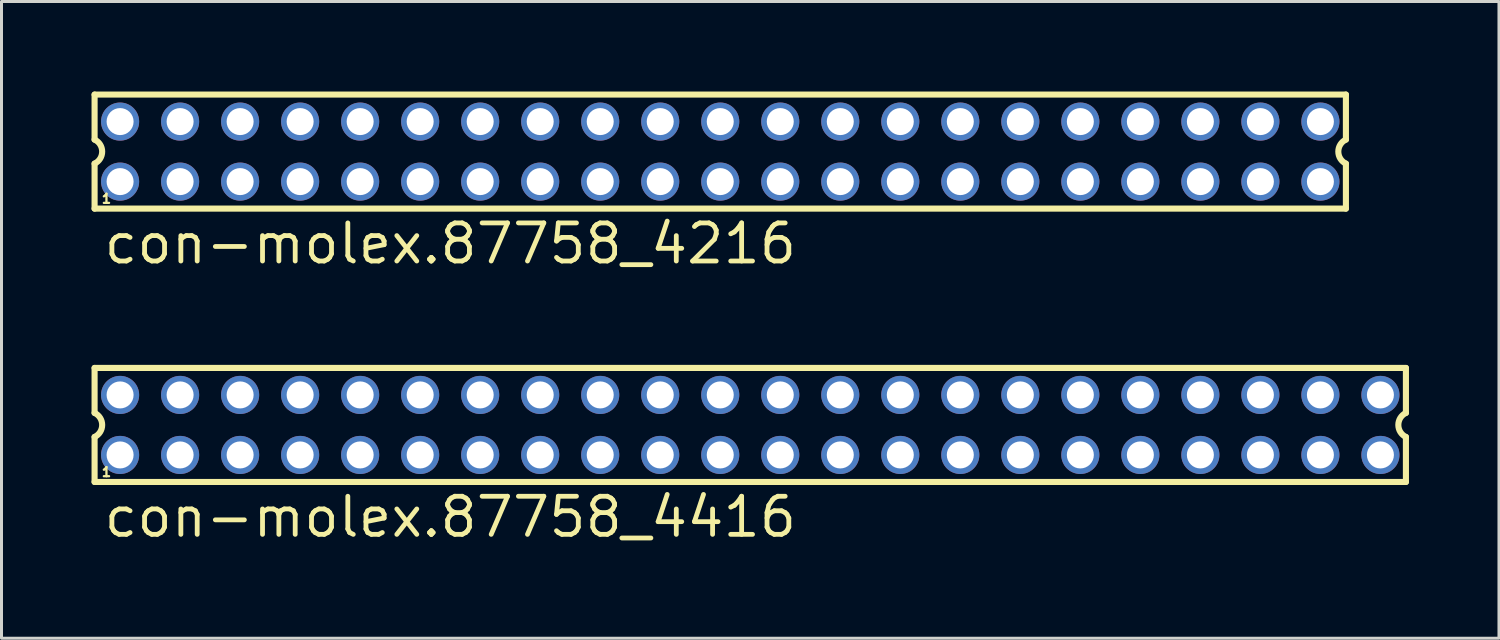
<source format=kicad_pcb>
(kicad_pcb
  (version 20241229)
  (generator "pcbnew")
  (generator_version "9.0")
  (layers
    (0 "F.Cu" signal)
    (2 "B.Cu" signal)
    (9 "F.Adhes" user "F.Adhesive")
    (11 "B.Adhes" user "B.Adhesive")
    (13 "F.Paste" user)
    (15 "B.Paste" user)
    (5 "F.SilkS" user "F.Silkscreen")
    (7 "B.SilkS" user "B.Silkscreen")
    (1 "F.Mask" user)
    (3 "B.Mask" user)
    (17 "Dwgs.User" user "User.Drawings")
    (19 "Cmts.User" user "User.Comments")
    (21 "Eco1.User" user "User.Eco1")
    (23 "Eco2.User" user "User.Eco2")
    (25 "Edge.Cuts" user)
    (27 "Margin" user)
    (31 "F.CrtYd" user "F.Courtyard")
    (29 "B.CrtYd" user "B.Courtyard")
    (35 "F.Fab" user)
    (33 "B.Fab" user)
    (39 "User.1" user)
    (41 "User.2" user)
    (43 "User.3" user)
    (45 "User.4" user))
  (footprint "con-molex.87758_4216"
    (layer "F.Cu")
    (at 20.952 2.002)
    (property "Reference" "con-molex.87758_4216" (at -20.62 3.81 0) (layer "F.SilkS") (effects (font (size 1.27 1.27) (thickness 0.16)) (justify left bottom)))
    (attr through_hole)
    (fp_line (start -20.85 -1.9) (end -20.85 -0.4) (stroke (width 0.203) (type default)) (layer "F.SilkS"))
    (fp_line (start -20.85 0.4) (end -20.85 1.9) (stroke (width 0.203) (type default)) (layer "F.SilkS"))
    (fp_line (start -20.85 1.9) (end 20.85 1.9) (stroke (width 0.203) (type default)) (layer "F.SilkS"))
    (fp_line (start 20.85 -1.9) (end -20.85 -1.9) (stroke (width 0.203) (type default)) (layer "F.SilkS"))
    (fp_line (start 20.85 -0.4) (end 20.85 -1.9) (stroke (width 0.203) (type default)) (layer "F.SilkS"))
    (fp_line (start 20.85 1.9) (end 20.85 0.4) (stroke (width 0.203) (type default)) (layer "F.SilkS"))
    (fp_arc (start -20.85 -0.4) (mid -20.597168 0) (end -20.85 0.4) (stroke (width 0.2032) (type default)) (layer "F.SilkS"))
    (fp_arc (start 20.85 0.4) (mid 20.597168 0) (end 20.85 -0.4) (stroke (width 0.2032) (type default)) (layer "F.SilkS"))
    (fp_rect (start -20.25 -0.75) (end -19.75 -1.25) (stroke (width 0.05) (type default)) (fill no) (layer "F.Fab"))
    (fp_rect (start -20.25 1.25) (end -19.75 0.75) (stroke (width 0.05) (type default)) (fill no) (layer "F.Fab"))
    (fp_rect (start -18.25 -0.75) (end -17.75 -1.25) (stroke (width 0.05) (type default)) (fill no) (layer "F.Fab"))
    (fp_rect (start -18.25 1.25) (end -17.75 0.75) (stroke (width 0.05) (type default)) (fill no) (layer "F.Fab"))
    (fp_rect (start -16.25 -0.75) (end -15.75 -1.25) (stroke (width 0.05) (type default)) (fill no) (layer "F.Fab"))
    (fp_rect (start -16.25 1.25) (end -15.75 0.75) (stroke (width 0.05) (type default)) (fill no) (layer "F.Fab"))
    (fp_rect (start -14.25 -0.75) (end -13.75 -1.25) (stroke (width 0.05) (type default)) (fill no) (layer "F.Fab"))
    (fp_rect (start -14.25 1.25) (end -13.75 0.75) (stroke (width 0.05) (type default)) (fill no) (layer "F.Fab"))
    (fp_rect (start -12.25 -0.75) (end -11.75 -1.25) (stroke (width 0.05) (type default)) (fill no) (layer "F.Fab"))
    (fp_rect (start -12.25 1.25) (end -11.75 0.75) (stroke (width 0.05) (type default)) (fill no) (layer "F.Fab"))
    (fp_rect (start -10.25 -0.75) (end -9.75 -1.25) (stroke (width 0.05) (type default)) (fill no) (layer "F.Fab"))
    (fp_rect (start -10.25 1.25) (end -9.75 0.75) (stroke (width 0.05) (type default)) (fill no) (layer "F.Fab"))
    (fp_rect (start -8.25 -0.75) (end -7.75 -1.25) (stroke (width 0.05) (type default)) (fill no) (layer "F.Fab"))
    (fp_rect (start -8.25 1.25) (end -7.75 0.75) (stroke (width 0.05) (type default)) (fill no) (layer "F.Fab"))
    (fp_rect (start -6.25 -0.75) (end -5.75 -1.25) (stroke (width 0.05) (type default)) (fill no) (layer "F.Fab"))
    (fp_rect (start -6.25 1.25) (end -5.75 0.75) (stroke (width 0.05) (type default)) (fill no) (layer "F.Fab"))
    (fp_rect (start -4.25 -0.75) (end -3.75 -1.25) (stroke (width 0.05) (type default)) (fill no) (layer "F.Fab"))
    (fp_rect (start -4.25 1.25) (end -3.75 0.75) (stroke (width 0.05) (type default)) (fill no) (layer "F.Fab"))
    (fp_rect (start -2.25 -0.75) (end -1.75 -1.25) (stroke (width 0.05) (type default)) (fill no) (layer "F.Fab"))
    (fp_rect (start -2.25 1.25) (end -1.75 0.75) (stroke (width 0.05) (type default)) (fill no) (layer "F.Fab"))
    (fp_rect (start -0.25 -0.75) (end 0.25 -1.25) (stroke (width 0.05) (type default)) (fill no) (layer "F.Fab"))
    (fp_rect (start -0.25 1.25) (end 0.25 0.75) (stroke (width 0.05) (type default)) (fill no) (layer "F.Fab"))
    (fp_rect (start 1.75 -0.75) (end 2.25 -1.25) (stroke (width 0.05) (type default)) (fill no) (layer "F.Fab"))
    (fp_rect (start 1.75 1.25) (end 2.25 0.75) (stroke (width 0.05) (type default)) (fill no) (layer "F.Fab"))
    (fp_rect (start 3.75 -0.75) (end 4.25 -1.25) (stroke (width 0.05) (type default)) (fill no) (layer "F.Fab"))
    (fp_rect (start 3.75 1.25) (end 4.25 0.75) (stroke (width 0.05) (type default)) (fill no) (layer "F.Fab"))
    (fp_rect (start 5.75 -0.75) (end 6.25 -1.25) (stroke (width 0.05) (type default)) (fill no) (layer "F.Fab"))
    (fp_rect (start 5.75 1.25) (end 6.25 0.75) (stroke (width 0.05) (type default)) (fill no) (layer "F.Fab"))
    (fp_rect (start 7.75 -0.75) (end 8.25 -1.25) (stroke (width 0.05) (type default)) (fill no) (layer "F.Fab"))
    (fp_rect (start 7.75 1.25) (end 8.25 0.75) (stroke (width 0.05) (type default)) (fill no) (layer "F.Fab"))
    (fp_rect (start 9.75 -0.75) (end 10.25 -1.25) (stroke (width 0.05) (type default)) (fill no) (layer "F.Fab"))
    (fp_rect (start 9.75 1.25) (end 10.25 0.75) (stroke (width 0.05) (type default)) (fill no) (layer "F.Fab"))
    (fp_rect (start 11.75 -0.75) (end 12.25 -1.25) (stroke (width 0.05) (type default)) (fill no) (layer "F.Fab"))
    (fp_rect (start 11.75 1.25) (end 12.25 0.75) (stroke (width 0.05) (type default)) (fill no) (layer "F.Fab"))
    (fp_rect (start 13.75 -0.75) (end 14.25 -1.25) (stroke (width 0.05) (type default)) (fill no) (layer "F.Fab"))
    (fp_rect (start 13.75 1.25) (end 14.25 0.75) (stroke (width 0.05) (type default)) (fill no) (layer "F.Fab"))
    (fp_rect (start 15.75 -0.75) (end 16.25 -1.25) (stroke (width 0.05) (type default)) (fill no) (layer "F.Fab"))
    (fp_rect (start 15.75 1.25) (end 16.25 0.75) (stroke (width 0.05) (type default)) (fill no) (layer "F.Fab"))
    (fp_rect (start 17.75 -0.75) (end 18.25 -1.25) (stroke (width 0.05) (type default)) (fill no) (layer "F.Fab"))
    (fp_rect (start 17.75 1.25) (end 18.25 0.75) (stroke (width 0.05) (type default)) (fill no) (layer "F.Fab"))
    (fp_rect (start 19.75 -0.75) (end 20.25 -1.25) (stroke (width 0.05) (type default)) (fill no) (layer "F.Fab"))
    (fp_rect (start 19.75 1.25) (end 20.25 0.75) (stroke (width 0.05) (type default)) (fill no) (layer "F.Fab"))
    (fp_text user "1" (at -20.65 1.75 0) (layer "F.SilkS") (effects (font (size 0.305 0.305) (thickness 0.15)) (justify left bottom)))
    (pad "1" thru_hole circle (at -20 1) (size 1.27 1.27) (drill 0.9) (layers "*.Cu" "*.Mask"))
    (pad "2" thru_hole circle (at -20 -1) (size 1.27 1.27) (drill 0.9) (layers "*.Cu" "*.Mask"))
    (pad "3" thru_hole circle (at -18 1) (size 1.27 1.27) (drill 0.9) (layers "*.Cu" "*.Mask"))
    (pad "4" thru_hole circle (at -18 -1) (size 1.27 1.27) (drill 0.9) (layers "*.Cu" "*.Mask"))
    (pad "5" thru_hole circle (at -16 1) (size 1.27 1.27) (drill 0.9) (layers "*.Cu" "*.Mask"))
    (pad "6" thru_hole circle (at -16 -1) (size 1.27 1.27) (drill 0.9) (layers "*.Cu" "*.Mask"))
    (pad "7" thru_hole circle (at -14 1) (size 1.27 1.27) (drill 0.9) (layers "*.Cu" "*.Mask"))
    (pad "8" thru_hole circle (at -14 -1) (size 1.27 1.27) (drill 0.9) (layers "*.Cu" "*.Mask"))
    (pad "9" thru_hole circle (at -12 1) (size 1.27 1.27) (drill 0.9) (layers "*.Cu" "*.Mask"))
    (pad "10" thru_hole circle (at -12 -1) (size 1.27 1.27) (drill 0.9) (layers "*.Cu" "*.Mask"))
    (pad "11" thru_hole circle (at -10 1) (size 1.27 1.27) (drill 0.9) (layers "*.Cu" "*.Mask"))
    (pad "12" thru_hole circle (at -10 -1) (size 1.27 1.27) (drill 0.9) (layers "*.Cu" "*.Mask"))
    (pad "13" thru_hole circle (at -8 1) (size 1.27 1.27) (drill 0.9) (layers "*.Cu" "*.Mask"))
    (pad "14" thru_hole circle (at -8 -1) (size 1.27 1.27) (drill 0.9) (layers "*.Cu" "*.Mask"))
    (pad "15" thru_hole circle (at -6 1) (size 1.27 1.27) (drill 0.9) (layers "*.Cu" "*.Mask"))
    (pad "16" thru_hole circle (at -6 -1) (size 1.27 1.27) (drill 0.9) (layers "*.Cu" "*.Mask"))
    (pad "17" thru_hole circle (at -4 1) (size 1.27 1.27) (drill 0.9) (layers "*.Cu" "*.Mask"))
    (pad "18" thru_hole circle (at -4 -1) (size 1.27 1.27) (drill 0.9) (layers "*.Cu" "*.Mask"))
    (pad "19" thru_hole circle (at -2 1) (size 1.27 1.27) (drill 0.9) (layers "*.Cu" "*.Mask"))
    (pad "20" thru_hole circle (at -2 -1) (size 1.27 1.27) (drill 0.9) (layers "*.Cu" "*.Mask"))
    (pad "21" thru_hole circle (at 0 1) (size 1.27 1.27) (drill 0.9) (layers "*.Cu" "*.Mask"))
    (pad "22" thru_hole circle (at 0 -1) (size 1.27 1.27) (drill 0.9) (layers "*.Cu" "*.Mask"))
    (pad "23" thru_hole circle (at 2 1) (size 1.27 1.27) (drill 0.9) (layers "*.Cu" "*.Mask"))
    (pad "24" thru_hole circle (at 2 -1) (size 1.27 1.27) (drill 0.9) (layers "*.Cu" "*.Mask"))
    (pad "25" thru_hole circle (at 4 1) (size 1.27 1.27) (drill 0.9) (layers "*.Cu" "*.Mask"))
    (pad "26" thru_hole circle (at 4 -1) (size 1.27 1.27) (drill 0.9) (layers "*.Cu" "*.Mask"))
    (pad "27" thru_hole circle (at 6 1) (size 1.27 1.27) (drill 0.9) (layers "*.Cu" "*.Mask"))
    (pad "28" thru_hole circle (at 6 -1) (size 1.27 1.27) (drill 0.9) (layers "*.Cu" "*.Mask"))
    (pad "29" thru_hole circle (at 8 1) (size 1.27 1.27) (drill 0.9) (layers "*.Cu" "*.Mask"))
    (pad "30" thru_hole circle (at 8 -1) (size 1.27 1.27) (drill 0.9) (layers "*.Cu" "*.Mask"))
    (pad "31" thru_hole circle (at 10 1) (size 1.27 1.27) (drill 0.9) (layers "*.Cu" "*.Mask"))
    (pad "32" thru_hole circle (at 10 -1) (size 1.27 1.27) (drill 0.9) (layers "*.Cu" "*.Mask"))
    (pad "33" thru_hole circle (at 12 1) (size 1.27 1.27) (drill 0.9) (layers "*.Cu" "*.Mask"))
    (pad "34" thru_hole circle (at 12 -1) (size 1.27 1.27) (drill 0.9) (layers "*.Cu" "*.Mask"))
    (pad "35" thru_hole circle (at 14 1) (size 1.27 1.27) (drill 0.9) (layers "*.Cu" "*.Mask"))
    (pad "36" thru_hole circle (at 14 -1) (size 1.27 1.27) (drill 0.9) (layers "*.Cu" "*.Mask"))
    (pad "37" thru_hole circle (at 16 1) (size 1.27 1.27) (drill 0.9) (layers "*.Cu" "*.Mask"))
    (pad "38" thru_hole circle (at 16 -1) (size 1.27 1.27) (drill 0.9) (layers "*.Cu" "*.Mask"))
    (pad "39" thru_hole circle (at 18 1) (size 1.27 1.27) (drill 0.9) (layers "*.Cu" "*.Mask"))
    (pad "40" thru_hole circle (at 18 -1) (size 1.27 1.27) (drill 0.9) (layers "*.Cu" "*.Mask"))
    (pad "41" thru_hole circle (at 20 1) (size 1.27 1.27) (drill 0.9) (layers "*.Cu" "*.Mask"))
    (pad "42" thru_hole circle (at 20 -1) (size 1.27 1.27) (drill 0.9) (layers "*.Cu" "*.Mask")))
  (footprint "con-molex.87758_4416"
    (layer "F.Cu")
    (at 21.952 11.111)
    (property "Reference" "con-molex.87758_4416" (at -21.62 3.81 0) (layer "F.SilkS") (effects (font (size 1.27 1.27) (thickness 0.16)) (justify left bottom)))
    (attr through_hole)
    (fp_line (start -21.85 -1.9) (end -21.85 -0.4) (stroke (width 0.203) (type default)) (layer "F.SilkS"))
    (fp_line (start -21.85 0.4) (end -21.85 1.9) (stroke (width 0.203) (type default)) (layer "F.SilkS"))
    (fp_line (start -21.85 1.9) (end 21.85 1.9) (stroke (width 0.203) (type default)) (layer "F.SilkS"))
    (fp_line (start 21.85 -1.9) (end -21.85 -1.9) (stroke (width 0.203) (type default)) (layer "F.SilkS"))
    (fp_line (start 21.85 -0.4) (end 21.85 -1.9) (stroke (width 0.203) (type default)) (layer "F.SilkS"))
    (fp_line (start 21.85 1.9) (end 21.85 0.4) (stroke (width 0.203) (type default)) (layer "F.SilkS"))
    (fp_arc (start -21.85 -0.4) (mid -21.597168 0) (end -21.85 0.4) (stroke (width 0.2032) (type default)) (layer "F.SilkS"))
    (fp_arc (start 21.85 0.4) (mid 21.597168 0) (end 21.85 -0.4) (stroke (width 0.2032) (type default)) (layer "F.SilkS"))
    (fp_rect (start -21.25 -0.75) (end -20.75 -1.25) (stroke (width 0.05) (type default)) (fill no) (layer "F.Fab"))
    (fp_rect (start -21.25 1.25) (end -20.75 0.75) (stroke (width 0.05) (type default)) (fill no) (layer "F.Fab"))
    (fp_rect (start -19.25 -0.75) (end -18.75 -1.25) (stroke (width 0.05) (type default)) (fill no) (layer "F.Fab"))
    (fp_rect (start -19.25 1.25) (end -18.75 0.75) (stroke (width 0.05) (type default)) (fill no) (layer "F.Fab"))
    (fp_rect (start -17.25 -0.75) (end -16.75 -1.25) (stroke (width 0.05) (type default)) (fill no) (layer "F.Fab"))
    (fp_rect (start -17.25 1.25) (end -16.75 0.75) (stroke (width 0.05) (type default)) (fill no) (layer "F.Fab"))
    (fp_rect (start -15.25 -0.75) (end -14.75 -1.25) (stroke (width 0.05) (type default)) (fill no) (layer "F.Fab"))
    (fp_rect (start -15.25 1.25) (end -14.75 0.75) (stroke (width 0.05) (type default)) (fill no) (layer "F.Fab"))
    (fp_rect (start -13.25 -0.75) (end -12.75 -1.25) (stroke (width 0.05) (type default)) (fill no) (layer "F.Fab"))
    (fp_rect (start -13.25 1.25) (end -12.75 0.75) (stroke (width 0.05) (type default)) (fill no) (layer "F.Fab"))
    (fp_rect (start -11.25 -0.75) (end -10.75 -1.25) (stroke (width 0.05) (type default)) (fill no) (layer "F.Fab"))
    (fp_rect (start -11.25 1.25) (end -10.75 0.75) (stroke (width 0.05) (type default)) (fill no) (layer "F.Fab"))
    (fp_rect (start -9.25 -0.75) (end -8.75 -1.25) (stroke (width 0.05) (type default)) (fill no) (layer "F.Fab"))
    (fp_rect (start -9.25 1.25) (end -8.75 0.75) (stroke (width 0.05) (type default)) (fill no) (layer "F.Fab"))
    (fp_rect (start -7.25 -0.75) (end -6.75 -1.25) (stroke (width 0.05) (type default)) (fill no) (layer "F.Fab"))
    (fp_rect (start -7.25 1.25) (end -6.75 0.75) (stroke (width 0.05) (type default)) (fill no) (layer "F.Fab"))
    (fp_rect (start -5.25 -0.75) (end -4.75 -1.25) (stroke (width 0.05) (type default)) (fill no) (layer "F.Fab"))
    (fp_rect (start -5.25 1.25) (end -4.75 0.75) (stroke (width 0.05) (type default)) (fill no) (layer "F.Fab"))
    (fp_rect (start -3.25 -0.75) (end -2.75 -1.25) (stroke (width 0.05) (type default)) (fill no) (layer "F.Fab"))
    (fp_rect (start -3.25 1.25) (end -2.75 0.75) (stroke (width 0.05) (type default)) (fill no) (layer "F.Fab"))
    (fp_rect (start -1.25 -0.75) (end -0.75 -1.25) (stroke (width 0.05) (type default)) (fill no) (layer "F.Fab"))
    (fp_rect (start -1.25 1.25) (end -0.75 0.75) (stroke (width 0.05) (type default)) (fill no) (layer "F.Fab"))
    (fp_rect (start 0.75 -0.75) (end 1.25 -1.25) (stroke (width 0.05) (type default)) (fill no) (layer "F.Fab"))
    (fp_rect (start 0.75 1.25) (end 1.25 0.75) (stroke (width 0.05) (type default)) (fill no) (layer "F.Fab"))
    (fp_rect (start 2.75 -0.75) (end 3.25 -1.25) (stroke (width 0.05) (type default)) (fill no) (layer "F.Fab"))
    (fp_rect (start 2.75 1.25) (end 3.25 0.75) (stroke (width 0.05) (type default)) (fill no) (layer "F.Fab"))
    (fp_rect (start 4.75 -0.75) (end 5.25 -1.25) (stroke (width 0.05) (type default)) (fill no) (layer "F.Fab"))
    (fp_rect (start 4.75 1.25) (end 5.25 0.75) (stroke (width 0.05) (type default)) (fill no) (layer "F.Fab"))
    (fp_rect (start 6.75 -0.75) (end 7.25 -1.25) (stroke (width 0.05) (type default)) (fill no) (layer "F.Fab"))
    (fp_rect (start 6.75 1.25) (end 7.25 0.75) (stroke (width 0.05) (type default)) (fill no) (layer "F.Fab"))
    (fp_rect (start 8.75 -0.75) (end 9.25 -1.25) (stroke (width 0.05) (type default)) (fill no) (layer "F.Fab"))
    (fp_rect (start 8.75 1.25) (end 9.25 0.75) (stroke (width 0.05) (type default)) (fill no) (layer "F.Fab"))
    (fp_rect (start 10.75 -0.75) (end 11.25 -1.25) (stroke (width 0.05) (type default)) (fill no) (layer "F.Fab"))
    (fp_rect (start 10.75 1.25) (end 11.25 0.75) (stroke (width 0.05) (type default)) (fill no) (layer "F.Fab"))
    (fp_rect (start 12.75 -0.75) (end 13.25 -1.25) (stroke (width 0.05) (type default)) (fill no) (layer "F.Fab"))
    (fp_rect (start 12.75 1.25) (end 13.25 0.75) (stroke (width 0.05) (type default)) (fill no) (layer "F.Fab"))
    (fp_rect (start 14.75 -0.75) (end 15.25 -1.25) (stroke (width 0.05) (type default)) (fill no) (layer "F.Fab"))
    (fp_rect (start 14.75 1.25) (end 15.25 0.75) (stroke (width 0.05) (type default)) (fill no) (layer "F.Fab"))
    (fp_rect (start 16.75 -0.75) (end 17.25 -1.25) (stroke (width 0.05) (type default)) (fill no) (layer "F.Fab"))
    (fp_rect (start 16.75 1.25) (end 17.25 0.75) (stroke (width 0.05) (type default)) (fill no) (layer "F.Fab"))
    (fp_rect (start 18.75 -0.75) (end 19.25 -1.25) (stroke (width 0.05) (type default)) (fill no) (layer "F.Fab"))
    (fp_rect (start 18.75 1.25) (end 19.25 0.75) (stroke (width 0.05) (type default)) (fill no) (layer "F.Fab"))
    (fp_rect (start 20.75 -0.75) (end 21.25 -1.25) (stroke (width 0.05) (type default)) (fill no) (layer "F.Fab"))
    (fp_rect (start 20.75 1.25) (end 21.25 0.75) (stroke (width 0.05) (type default)) (fill no) (layer "F.Fab"))
    (fp_text user "1" (at -21.65 1.75 0) (layer "F.SilkS") (effects (font (size 0.305 0.305) (thickness 0.15)) (justify left bottom)))
    (pad "1" thru_hole circle (at -21 1) (size 1.27 1.27) (drill 0.9) (layers "*.Cu" "*.Mask"))
    (pad "2" thru_hole circle (at -21 -1) (size 1.27 1.27) (drill 0.9) (layers "*.Cu" "*.Mask"))
    (pad "3" thru_hole circle (at -19 1) (size 1.27 1.27) (drill 0.9) (layers "*.Cu" "*.Mask"))
    (pad "4" thru_hole circle (at -19 -1) (size 1.27 1.27) (drill 0.9) (layers "*.Cu" "*.Mask"))
    (pad "5" thru_hole circle (at -17 1) (size 1.27 1.27) (drill 0.9) (layers "*.Cu" "*.Mask"))
    (pad "6" thru_hole circle (at -17 -1) (size 1.27 1.27) (drill 0.9) (layers "*.Cu" "*.Mask"))
    (pad "7" thru_hole circle (at -15 1) (size 1.27 1.27) (drill 0.9) (layers "*.Cu" "*.Mask"))
    (pad "8" thru_hole circle (at -15 -1) (size 1.27 1.27) (drill 0.9) (layers "*.Cu" "*.Mask"))
    (pad "9" thru_hole circle (at -13 1) (size 1.27 1.27) (drill 0.9) (layers "*.Cu" "*.Mask"))
    (pad "10" thru_hole circle (at -13 -1) (size 1.27 1.27) (drill 0.9) (layers "*.Cu" "*.Mask"))
    (pad "11" thru_hole circle (at -11 1) (size 1.27 1.27) (drill 0.9) (layers "*.Cu" "*.Mask"))
    (pad "12" thru_hole circle (at -11 -1) (size 1.27 1.27) (drill 0.9) (layers "*.Cu" "*.Mask"))
    (pad "13" thru_hole circle (at -9 1) (size 1.27 1.27) (drill 0.9) (layers "*.Cu" "*.Mask"))
    (pad "14" thru_hole circle (at -9 -1) (size 1.27 1.27) (drill 0.9) (layers "*.Cu" "*.Mask"))
    (pad "15" thru_hole circle (at -7 1) (size 1.27 1.27) (drill 0.9) (layers "*.Cu" "*.Mask"))
    (pad "16" thru_hole circle (at -7 -1) (size 1.27 1.27) (drill 0.9) (layers "*.Cu" "*.Mask"))
    (pad "17" thru_hole circle (at -5 1) (size 1.27 1.27) (drill 0.9) (layers "*.Cu" "*.Mask"))
    (pad "18" thru_hole circle (at -5 -1) (size 1.27 1.27) (drill 0.9) (layers "*.Cu" "*.Mask"))
    (pad "19" thru_hole circle (at -3 1) (size 1.27 1.27) (drill 0.9) (layers "*.Cu" "*.Mask"))
    (pad "20" thru_hole circle (at -3 -1) (size 1.27 1.27) (drill 0.9) (layers "*.Cu" "*.Mask"))
    (pad "21" thru_hole circle (at -1 1) (size 1.27 1.27) (drill 0.9) (layers "*.Cu" "*.Mask"))
    (pad "22" thru_hole circle (at -1 -1) (size 1.27 1.27) (drill 0.9) (layers "*.Cu" "*.Mask"))
    (pad "23" thru_hole circle (at 1 1) (size 1.27 1.27) (drill 0.9) (layers "*.Cu" "*.Mask"))
    (pad "24" thru_hole circle (at 1 -1) (size 1.27 1.27) (drill 0.9) (layers "*.Cu" "*.Mask"))
    (pad "25" thru_hole circle (at 3 1) (size 1.27 1.27) (drill 0.9) (layers "*.Cu" "*.Mask"))
    (pad "26" thru_hole circle (at 3 -1) (size 1.27 1.27) (drill 0.9) (layers "*.Cu" "*.Mask"))
    (pad "27" thru_hole circle (at 5 1) (size 1.27 1.27) (drill 0.9) (layers "*.Cu" "*.Mask"))
    (pad "28" thru_hole circle (at 5 -1) (size 1.27 1.27) (drill 0.9) (layers "*.Cu" "*.Mask"))
    (pad "29" thru_hole circle (at 7 1) (size 1.27 1.27) (drill 0.9) (layers "*.Cu" "*.Mask"))
    (pad "30" thru_hole circle (at 7 -1) (size 1.27 1.27) (drill 0.9) (layers "*.Cu" "*.Mask"))
    (pad "31" thru_hole circle (at 9 1) (size 1.27 1.27) (drill 0.9) (layers "*.Cu" "*.Mask"))
    (pad "32" thru_hole circle (at 9 -1) (size 1.27 1.27) (drill 0.9) (layers "*.Cu" "*.Mask"))
    (pad "33" thru_hole circle (at 11 1) (size 1.27 1.27) (drill 0.9) (layers "*.Cu" "*.Mask"))
    (pad "34" thru_hole circle (at 11 -1) (size 1.27 1.27) (drill 0.9) (layers "*.Cu" "*.Mask"))
    (pad "35" thru_hole circle (at 13 1) (size 1.27 1.27) (drill 0.9) (layers "*.Cu" "*.Mask"))
    (pad "36" thru_hole circle (at 13 -1) (size 1.27 1.27) (drill 0.9) (layers "*.Cu" "*.Mask"))
    (pad "37" thru_hole circle (at 15 1) (size 1.27 1.27) (drill 0.9) (layers "*.Cu" "*.Mask"))
    (pad "38" thru_hole circle (at 15 -1) (size 1.27 1.27) (drill 0.9) (layers "*.Cu" "*.Mask"))
    (pad "39" thru_hole circle (at 17 1) (size 1.27 1.27) (drill 0.9) (layers "*.Cu" "*.Mask"))
    (pad "40" thru_hole circle (at 17 -1) (size 1.27 1.27) (drill 0.9) (layers "*.Cu" "*.Mask"))
    (pad "41" thru_hole circle (at 19 1) (size 1.27 1.27) (drill 0.9) (layers "*.Cu" "*.Mask"))
    (pad "42" thru_hole circle (at 19 -1) (size 1.27 1.27) (drill 0.9) (layers "*.Cu" "*.Mask"))
    (pad "43" thru_hole circle (at 21 1) (size 1.27 1.27) (drill 0.9) (layers "*.Cu" "*.Mask"))
    (pad "44" thru_hole circle (at 21 -1) (size 1.27 1.27) (drill 0.9) (layers "*.Cu" "*.Mask")))
  (gr_rect
    (start -3 -3)
    (end 46.903 18.218)
    (stroke (width 0.1) (type default))
    (fill no)
    (layer "Edge.Cuts")))
</source>
